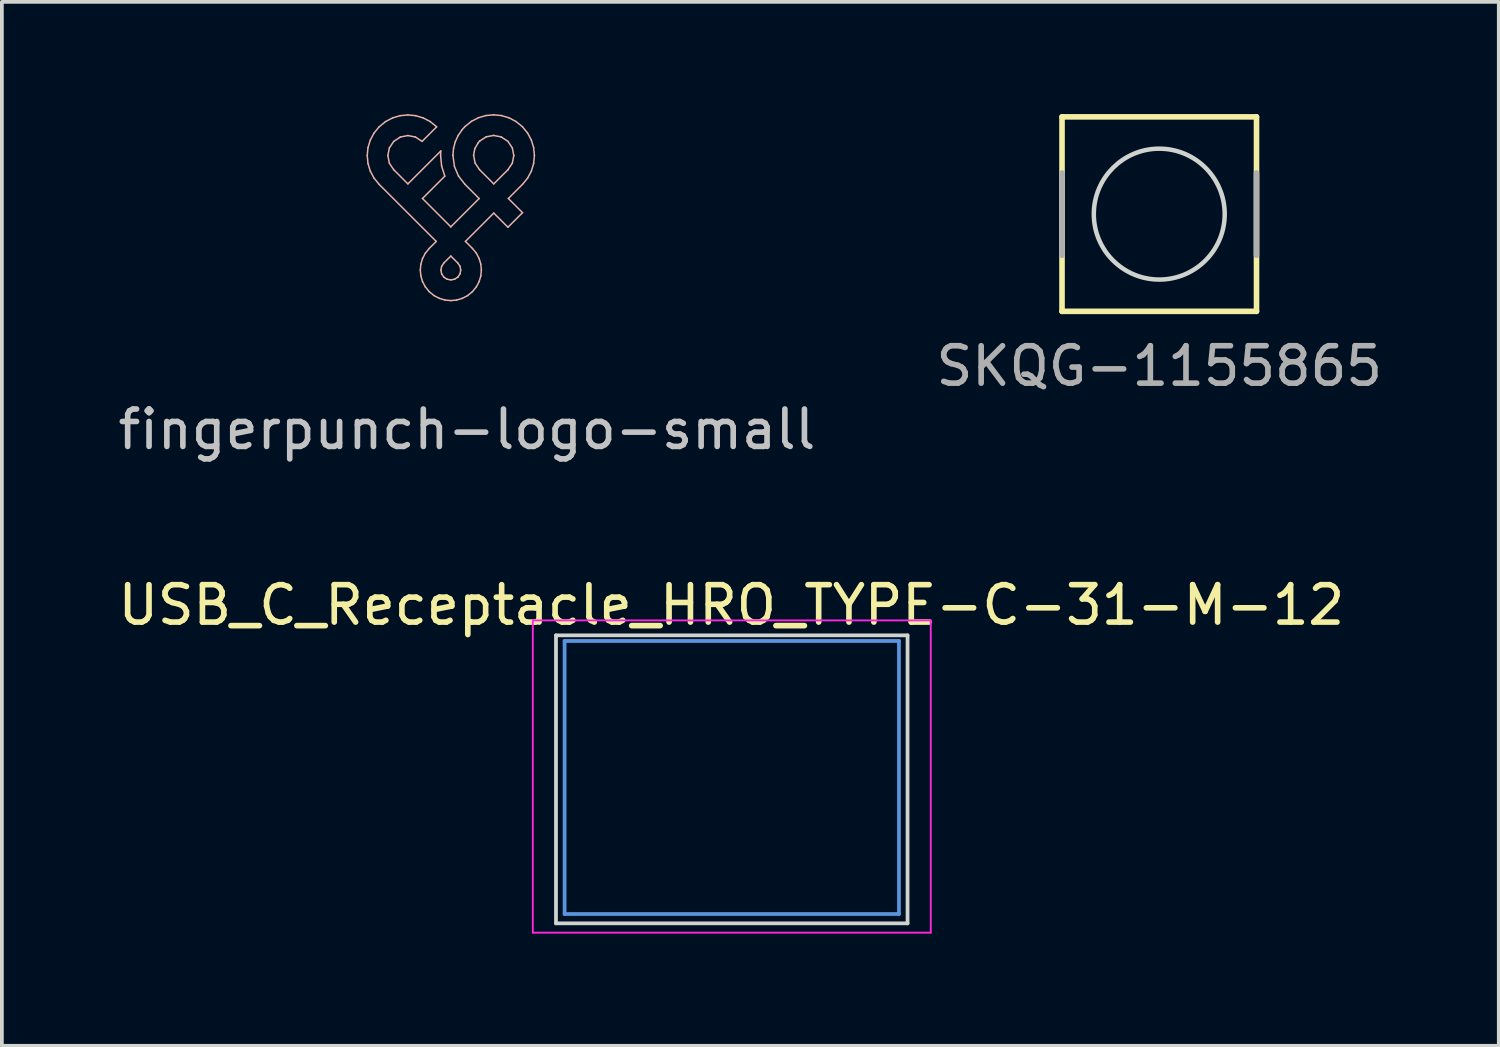
<source format=kicad_pcb>
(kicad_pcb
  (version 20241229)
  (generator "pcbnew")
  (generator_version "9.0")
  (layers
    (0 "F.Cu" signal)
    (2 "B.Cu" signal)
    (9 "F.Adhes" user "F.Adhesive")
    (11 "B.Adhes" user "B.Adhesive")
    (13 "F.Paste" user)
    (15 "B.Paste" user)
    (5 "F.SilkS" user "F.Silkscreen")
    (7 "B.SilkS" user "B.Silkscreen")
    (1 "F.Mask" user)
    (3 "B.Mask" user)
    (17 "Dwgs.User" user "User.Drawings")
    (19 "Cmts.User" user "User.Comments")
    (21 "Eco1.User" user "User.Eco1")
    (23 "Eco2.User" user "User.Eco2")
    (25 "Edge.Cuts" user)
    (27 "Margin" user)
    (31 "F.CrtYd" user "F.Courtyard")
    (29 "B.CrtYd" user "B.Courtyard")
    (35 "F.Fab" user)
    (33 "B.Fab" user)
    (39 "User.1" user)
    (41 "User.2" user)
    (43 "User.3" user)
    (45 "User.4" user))
  (footprint "fingerpunch-logo-small"
    (layer "F.Cu")
    (at 9.035 2.231)
    (property "Reference" "fingerpunch-logo-small" (at 0.4 6.2 0) (unlocked yes) (layer "Dwgs.User") (effects (font (size 1 1) (thickness 0.15))))
    (fp_line (start -2.266 -1.121) (end -2.246 -0.908) (stroke (width 0.04) (type solid)) (layer "B.SilkS"))
    (fp_line (start -2.246 -1.335) (end -2.266 -1.121) (stroke (width 0.04) (type solid)) (layer "B.SilkS"))
    (fp_line (start -2.246 -0.908) (end -2.184 -0.705) (stroke (width 0.04) (type solid)) (layer "B.SilkS"))
    (fp_line (start -2.184 -1.537) (end -2.246 -1.335) (stroke (width 0.04) (type solid)) (layer "B.SilkS"))
    (fp_line (start -2.184 -0.705) (end -2.084 -0.518) (stroke (width 0.04) (type solid)) (layer "B.SilkS"))
    (fp_line (start -2.084 -1.724) (end -2.184 -1.537) (stroke (width 0.04) (type solid)) (layer "B.SilkS"))
    (fp_line (start -2.084 -0.518) (end -1.948 -0.352) (stroke (width 0.04) (type solid)) (layer "B.SilkS"))
    (fp_line (start -1.948 -1.89) (end -2.084 -1.724) (stroke (width 0.04) (type solid)) (layer "B.SilkS"))
    (fp_line (start -1.948 -0.352) (end -0.421 1.174) (stroke (width 0.04) (type solid)) (layer "B.SilkS"))
    (fp_line (start -1.778 -2.029) (end -1.948 -1.89) (stroke (width 0.04) (type solid)) (layer "B.SilkS"))
    (fp_line (start -1.715 -1.121) (end -1.674 -1.327) (stroke (width 0.04) (type solid)) (layer "B.SilkS"))
    (fp_line (start -1.674 -1.327) (end -1.558 -1.5) (stroke (width 0.04) (type solid)) (layer "B.SilkS"))
    (fp_line (start -1.674 -0.916) (end -1.715 -1.121) (stroke (width 0.04) (type solid)) (layer "B.SilkS"))
    (fp_line (start -1.589 -2.128) (end -1.778 -2.029) (stroke (width 0.04) (type solid)) (layer "B.SilkS"))
    (fp_line (start -1.558 -1.5) (end -1.381 -1.617) (stroke (width 0.04) (type solid)) (layer "B.SilkS"))
    (fp_line (start -1.558 -0.743) (end -1.674 -0.916) (stroke (width 0.04) (type solid)) (layer "B.SilkS"))
    (fp_line (start -1.387 -2.188) (end -1.589 -2.128) (stroke (width 0.04) (type solid)) (layer "B.SilkS"))
    (fp_line (start -1.381 -1.617) (end -1.179 -1.657) (stroke (width 0.04) (type solid)) (layer "B.SilkS"))
    (fp_line (start -1.179 -0.364) (end -1.558 -0.743) (stroke (width 0.04) (type solid)) (layer "B.SilkS"))
    (fp_line (start -1.179 -2.208) (end -1.387 -2.188) (stroke (width 0.04) (type solid)) (layer "B.SilkS"))
    (fp_line (start -1.179 -1.657) (end -0.977 -1.617) (stroke (width 0.04) (type solid)) (layer "B.SilkS"))
    (fp_line (start -0.977 -1.617) (end -0.8 -1.5) (stroke (width 0.04) (type solid)) (layer "B.SilkS"))
    (fp_line (start -0.971 -2.188) (end -1.179 -2.208) (stroke (width 0.04) (type solid)) (layer "B.SilkS"))
    (fp_line (start -0.847 1.939) (end -0.832 2.096) (stroke (width 0.04) (type solid)) (layer "B.SilkS"))
    (fp_line (start -0.832 1.783) (end -0.847 1.939) (stroke (width 0.04) (type solid)) (layer "B.SilkS"))
    (fp_line (start -0.832 2.096) (end -0.788 2.247) (stroke (width 0.04) (type solid)) (layer "B.SilkS"))
    (fp_line (start -0.8 -1.5) (end -0.41 -1.89) (stroke (width 0.04) (type solid)) (layer "B.SilkS"))
    (fp_line (start -0.789 0.026) (end -0.192 -0.57) (stroke (width 0.04) (type solid)) (layer "B.SilkS"))
    (fp_line (start -0.788 1.632) (end -0.832 1.783) (stroke (width 0.04) (type solid)) (layer "B.SilkS"))
    (fp_line (start -0.788 2.247) (end -0.713 2.389) (stroke (width 0.04) (type solid)) (layer "B.SilkS"))
    (fp_line (start -0.77 -2.128) (end -0.971 -2.188) (stroke (width 0.04) (type solid)) (layer "B.SilkS"))
    (fp_line (start -0.713 1.49) (end -0.788 1.632) (stroke (width 0.04) (type solid)) (layer "B.SilkS"))
    (fp_line (start -0.713 2.389) (end -0.609 2.517) (stroke (width 0.04) (type solid)) (layer "B.SilkS"))
    (fp_line (start -0.609 1.362) (end -0.713 1.49) (stroke (width 0.04) (type solid)) (layer "B.SilkS"))
    (fp_line (start -0.609 2.517) (end -0.481 2.622) (stroke (width 0.04) (type solid)) (layer "B.SilkS"))
    (fp_line (start -0.58 -2.029) (end -0.77 -2.128) (stroke (width 0.04) (type solid)) (layer "B.SilkS"))
    (fp_line (start -0.481 2.622) (end -0.338 2.696) (stroke (width 0.04) (type solid)) (layer "B.SilkS"))
    (fp_line (start -0.421 1.174) (end -0.609 1.362) (stroke (width 0.04) (type solid)) (layer "B.SilkS"))
    (fp_line (start -0.41 -1.89) (end -0.58 -2.029) (stroke (width 0.04) (type solid)) (layer "B.SilkS"))
    (fp_line (start -0.338 2.696) (end -0.187 2.741) (stroke (width 0.04) (type solid)) (layer "B.SilkS"))
    (fp_line (start -0.305 -1.13) (end -0.299 -1.244) (stroke (width 0.04) (type solid)) (layer "B.SilkS"))
    (fp_line (start -0.299 -1.244) (end -1.179 -0.364) (stroke (width 0.04) (type solid)) (layer "B.SilkS"))
    (fp_line (start -0.296 1.94) (end -0.277 1.84) (stroke (width 0.04) (type solid)) (layer "B.SilkS"))
    (fp_line (start -0.277 1.84) (end -0.219 1.752) (stroke (width 0.04) (type solid)) (layer "B.SilkS"))
    (fp_line (start -0.277 2.04) (end -0.296 1.94) (stroke (width 0.04) (type solid)) (layer "B.SilkS"))
    (fp_line (start -0.277 -0.842) (end -0.305 -1.13) (stroke (width 0.04) (type solid)) (layer "B.SilkS"))
    (fp_line (start -0.219 1.752) (end -0.031 1.565) (stroke (width 0.04) (type solid)) (layer "B.SilkS"))
    (fp_line (start -0.219 2.128) (end -0.277 2.04) (stroke (width 0.04) (type solid)) (layer "B.SilkS"))
    (fp_line (start -0.192 -0.57) (end -0.277 -0.842) (stroke (width 0.04) (type solid)) (layer "B.SilkS"))
    (fp_line (start -0.187 2.741) (end -0.031 2.756) (stroke (width 0.04) (type solid)) (layer "B.SilkS"))
    (fp_line (start -0.132 2.184) (end -0.219 2.128) (stroke (width 0.04) (type solid)) (layer "B.SilkS"))
    (fp_line (start -0.031 1.565) (end 0.156 1.752) (stroke (width 0.04) (type solid)) (layer "B.SilkS"))
    (fp_line (start -0.031 0.784) (end -0.789 0.026) (stroke (width 0.04) (type solid)) (layer "B.SilkS"))
    (fp_line (start -0.031 0.784) (end -0.031 0.784) (stroke (width 0.04) (type solid)) (layer "B.SilkS"))
    (fp_line (start -0.031 2.203) (end -0.132 2.184) (stroke (width 0.04) (type solid)) (layer "B.SilkS"))
    (fp_line (start -0.031 2.756) (end 0.126 2.741) (stroke (width 0.04) (type solid)) (layer "B.SilkS"))
    (fp_line (start 0.025 -1.129) (end 0.066 -0.829) (stroke (width 0.04) (type solid)) (layer "B.SilkS"))
    (fp_line (start 0.042 -1.316) (end 0.025 -1.129) (stroke (width 0.04) (type solid)) (layer "B.SilkS"))
    (fp_line (start 0.066 -0.829) (end 0.173 -0.576) (stroke (width 0.04) (type solid)) (layer "B.SilkS"))
    (fp_line (start 0.07 2.184) (end -0.031 2.203) (stroke (width 0.04) (type solid)) (layer "B.SilkS"))
    (fp_line (start 0.089 -1.494) (end 0.042 -1.316) (stroke (width 0.04) (type solid)) (layer "B.SilkS"))
    (fp_line (start 0.126 2.741) (end 0.277 2.696) (stroke (width 0.04) (type solid)) (layer "B.SilkS"))
    (fp_line (start 0.156 1.752) (end 0.215 1.84) (stroke (width 0.04) (type solid)) (layer "B.SilkS"))
    (fp_line (start 0.157 2.128) (end 0.07 2.184) (stroke (width 0.04) (type solid)) (layer "B.SilkS"))
    (fp_line (start 0.157 2.128) (end 0.157 2.128) (stroke (width 0.04) (type solid)) (layer "B.SilkS"))
    (fp_line (start 0.167 -1.661) (end 0.089 -1.494) (stroke (width 0.04) (type solid)) (layer "B.SilkS"))
    (fp_line (start 0.173 -0.576) (end 0.344 -0.356) (stroke (width 0.04) (type solid)) (layer "B.SilkS"))
    (fp_line (start 0.215 1.84) (end 0.234 1.94) (stroke (width 0.04) (type solid)) (layer "B.SilkS"))
    (fp_line (start 0.215 2.04) (end 0.157 2.128) (stroke (width 0.04) (type solid)) (layer "B.SilkS"))
    (fp_line (start 0.234 1.94) (end 0.215 2.04) (stroke (width 0.04) (type solid)) (layer "B.SilkS"))
    (fp_line (start 0.272 -1.814) (end 0.167 -1.661) (stroke (width 0.04) (type solid)) (layer "B.SilkS"))
    (fp_line (start 0.277 2.696) (end 0.419 2.622) (stroke (width 0.04) (type solid)) (layer "B.SilkS"))
    (fp_line (start 0.344 -0.356) (end 0.726 0.027) (stroke (width 0.04) (type solid)) (layer "B.SilkS"))
    (fp_line (start 0.349 -1.899) (end 0.272 -1.814) (stroke (width 0.04) (type solid)) (layer "B.SilkS"))
    (fp_line (start 0.359 1.174) (end 1.117 0.416) (stroke (width 0.04) (type solid)) (layer "B.SilkS"))
    (fp_line (start 0.419 2.622) (end 0.547 2.517) (stroke (width 0.04) (type solid)) (layer "B.SilkS"))
    (fp_line (start 0.519 -2.036) (end 0.349 -1.899) (stroke (width 0.04) (type solid)) (layer "B.SilkS"))
    (fp_line (start 0.547 1.362) (end 0.359 1.174) (stroke (width 0.04) (type solid)) (layer "B.SilkS"))
    (fp_line (start 0.547 2.517) (end 0.652 2.389) (stroke (width 0.04) (type solid)) (layer "B.SilkS"))
    (fp_line (start 0.578 -1.127) (end 0.61 -1.306) (stroke (width 0.04) (type solid)) (layer "B.SilkS"))
    (fp_line (start 0.61 -1.306) (end 0.7 -1.462) (stroke (width 0.04) (type solid)) (layer "B.SilkS"))
    (fp_line (start 0.618 -0.921) (end 0.578 -1.127) (stroke (width 0.04) (type solid)) (layer "B.SilkS"))
    (fp_line (start 0.652 1.49) (end 0.547 1.362) (stroke (width 0.04) (type solid)) (layer "B.SilkS"))
    (fp_line (start 0.652 2.389) (end 0.726 2.247) (stroke (width 0.04) (type solid)) (layer "B.SilkS"))
    (fp_line (start 0.7 -1.462) (end 0.737 -1.507) (stroke (width 0.04) (type solid)) (layer "B.SilkS"))
    (fp_line (start 0.708 -2.134) (end 0.519 -2.036) (stroke (width 0.04) (type solid)) (layer "B.SilkS"))
    (fp_line (start 0.726 0.027) (end -0.031 0.784) (stroke (width 0.04) (type solid)) (layer "B.SilkS"))
    (fp_line (start 0.726 1.632) (end 0.652 1.49) (stroke (width 0.04) (type solid)) (layer "B.SilkS"))
    (fp_line (start 0.726 2.247) (end 0.771 2.096) (stroke (width 0.04) (type solid)) (layer "B.SilkS"))
    (fp_line (start 0.735 -0.746) (end 0.618 -0.921) (stroke (width 0.04) (type solid)) (layer "B.SilkS"))
    (fp_line (start 0.737 -1.507) (end 0.738 -1.508) (stroke (width 0.04) (type solid)) (layer "B.SilkS"))
    (fp_line (start 0.738 -1.508) (end 0.913 -1.622) (stroke (width 0.04) (type solid)) (layer "B.SilkS"))
    (fp_line (start 0.771 1.783) (end 0.726 1.632) (stroke (width 0.04) (type solid)) (layer "B.SilkS"))
    (fp_line (start 0.771 2.096) (end 0.786 1.939) (stroke (width 0.04) (type solid)) (layer "B.SilkS"))
    (fp_line (start 0.786 1.939) (end 0.771 1.783) (stroke (width 0.04) (type solid)) (layer "B.SilkS"))
    (fp_line (start 0.909 -2.192) (end 0.708 -2.134) (stroke (width 0.04) (type solid)) (layer "B.SilkS"))
    (fp_line (start 0.913 -1.622) (end 1.112 -1.66) (stroke (width 0.04) (type solid)) (layer "B.SilkS"))
    (fp_line (start 1.112 -1.66) (end 1.316 -1.62) (stroke (width 0.04) (type solid)) (layer "B.SilkS"))
    (fp_line (start 1.116 -2.211) (end 0.909 -2.192) (stroke (width 0.04) (type solid)) (layer "B.SilkS"))
    (fp_line (start 1.117 0.416) (end 1.496 0.795) (stroke (width 0.04) (type solid)) (layer "B.SilkS"))
    (fp_line (start 1.117 -0.364) (end 0.735 -0.746) (stroke (width 0.04) (type solid)) (layer "B.SilkS"))
    (fp_line (start 1.316 -1.62) (end 1.496 -1.501) (stroke (width 0.04) (type solid)) (layer "B.SilkS"))
    (fp_line (start 1.323 -2.191) (end 1.116 -2.211) (stroke (width 0.04) (type solid)) (layer "B.SilkS"))
    (fp_line (start 1.496 0.795) (end 1.886 0.405) (stroke (width 0.04) (type solid)) (layer "B.SilkS"))
    (fp_line (start 1.496 -1.501) (end 1.613 -1.327) (stroke (width 0.04) (type solid)) (layer "B.SilkS"))
    (fp_line (start 1.496 -0.743) (end 1.117 -0.364) (stroke (width 0.04) (type solid)) (layer "B.SilkS"))
    (fp_line (start 1.496 -0.743) (end 1.496 -0.743) (stroke (width 0.04) (type solid)) (layer "B.SilkS"))
    (fp_line (start 1.507 0.026) (end 1.886 -0.352) (stroke (width 0.04) (type solid)) (layer "B.SilkS"))
    (fp_line (start 1.524 -2.131) (end 1.323 -2.191) (stroke (width 0.04) (type solid)) (layer "B.SilkS"))
    (fp_line (start 1.613 -0.917) (end 1.496 -0.743) (stroke (width 0.04) (type solid)) (layer "B.SilkS"))
    (fp_line (start 1.613 -1.327) (end 1.653 -1.122) (stroke (width 0.04) (type solid)) (layer "B.SilkS"))
    (fp_line (start 1.653 -1.122) (end 1.613 -0.917) (stroke (width 0.04) (type solid)) (layer "B.SilkS"))
    (fp_line (start 1.712 -2.032) (end 1.524 -2.131) (stroke (width 0.04) (type solid)) (layer "B.SilkS"))
    (fp_line (start 1.882 -1.894) (end 1.712 -2.032) (stroke (width 0.04) (type solid)) (layer "B.SilkS"))
    (fp_line (start 1.886 -0.352) (end 2.022 -0.518) (stroke (width 0.04) (type solid)) (layer "B.SilkS"))
    (fp_line (start 1.886 0.405) (end 1.507 0.026) (stroke (width 0.04) (type solid)) (layer "B.SilkS"))
    (fp_line (start 2.02 -1.726) (end 1.882 -1.894) (stroke (width 0.04) (type solid)) (layer "B.SilkS"))
    (fp_line (start 2.022 -0.518) (end 2.122 -0.705) (stroke (width 0.04) (type solid)) (layer "B.SilkS"))
    (fp_line (start 2.121 -1.538) (end 2.02 -1.726) (stroke (width 0.04) (type solid)) (layer "B.SilkS"))
    (fp_line (start 2.122 -0.705) (end 2.183 -0.908) (stroke (width 0.04) (type solid)) (layer "B.SilkS"))
    (fp_line (start 2.183 -1.335) (end 2.121 -1.538) (stroke (width 0.04) (type solid)) (layer "B.SilkS"))
    (fp_line (start 2.183 -0.908) (end 2.204 -1.121) (stroke (width 0.04) (type solid)) (layer "B.SilkS"))
    (fp_line (start 2.204 -1.121) (end 2.183 -1.335) (stroke (width 0.04) (type solid)) (layer "B.SilkS")))
  (footprint "SKQG-1155865"
    (layer "F.Cu")
    (at 27.946 2.675)
    (property "Reference" "SKQG-1155865" (at 0 4.064 0) (layer "F.Fab") (effects (font (size 1 1) (thickness 0.15))))
    (attr smd)
    (fp_line (start -2.6 -2.6) (end 2.6 -2.6) (stroke (width 0.15) (type solid)) (layer "F.SilkS"))
    (fp_line (start -2.6 2.6) (end -2.6 -2.6) (stroke (width 0.15) (type solid)) (layer "F.SilkS"))
    (fp_line (start 2.6 -2.6) (end 2.6 2.6) (stroke (width 0.15) (type solid)) (layer "F.SilkS"))
    (fp_line (start 2.6 2.6) (end -2.6 2.6) (stroke (width 0.15) (type solid)) (layer "F.SilkS"))
    (fp_circle (center 0 0) (end 1.75 0) (stroke (width 0.12) (type solid)) (fill no) (layer "Edge.Cuts"))
    (fp_line (start -2.6 1.1) (end -2.6 -1.1) (stroke (width 0.15) (type solid)) (layer "F.Fab"))
    (fp_line (start 2.6 -1.1) (end 2.6 1.1) (stroke (width 0.15) (type solid)) (layer "F.Fab")))
  (footprint "USB_C_Receptacle_HRO_TYPE-C-31-M-12"
    (layer "F.Cu")
    (at 16.516 17.738)
    (property "Reference" "USB_C_Receptacle_HRO_TYPE-C-31-M-12" (at -0.01 -4.61 180) (layer "F.SilkS") (effects (font (size 1 1) (thickness 0.15))))
    (attr smd)
    (fp_line (start -4.47 -3.65) (end -4.47 3.65) (stroke (width 0.1) (type solid)) (layer "Cmts.User"))
    (fp_line (start -4.47 -3.65) (end 4.47 -3.65) (stroke (width 0.1) (type solid)) (layer "Cmts.User"))
    (fp_line (start -4.47 3.65) (end 4.47 3.65) (stroke (width 0.1) (type solid)) (layer "Cmts.User"))
    (fp_line (start 4.47 -3.65) (end 4.47 3.65) (stroke (width 0.1) (type solid)) (layer "Cmts.User"))
    (fp_line (start -4.7 -3.8) (end -4.7 3.9) (stroke (width 0.1) (type solid)) (layer "Edge.Cuts"))
    (fp_line (start -4.7 -3.8) (end 4.7 -3.8) (stroke (width 0.1) (type solid)) (layer "Edge.Cuts"))
    (fp_line (start -4.7 3.9) (end 4.7 3.9) (stroke (width 0.1) (type solid)) (layer "Edge.Cuts"))
    (fp_line (start 4.7 -3.8) (end 4.7 3.9) (stroke (width 0.1) (type solid)) (layer "Edge.Cuts"))
    (fp_line (start -5.32 -4.2) (end -5.32 4.15) (stroke (width 0.05) (type solid)) (layer "F.CrtYd"))
    (fp_line (start -5.32 -4.2) (end 5.32 -4.2) (stroke (width 0.05) (type solid)) (layer "F.CrtYd"))
    (fp_line (start -5.32 4.15) (end 5.32 4.15) (stroke (width 0.05) (type solid)) (layer "F.CrtYd"))
    (fp_line (start 5.32 -4.2) (end 5.32 4.15) (stroke (width 0.05) (type solid)) (layer "F.CrtYd")))
  (gr_rect
    (start -3 -3)
    (end 37.024 24.913)
    (stroke (width 0.1) (type default))
    (fill no)
    (layer "Edge.Cuts")))
</source>
